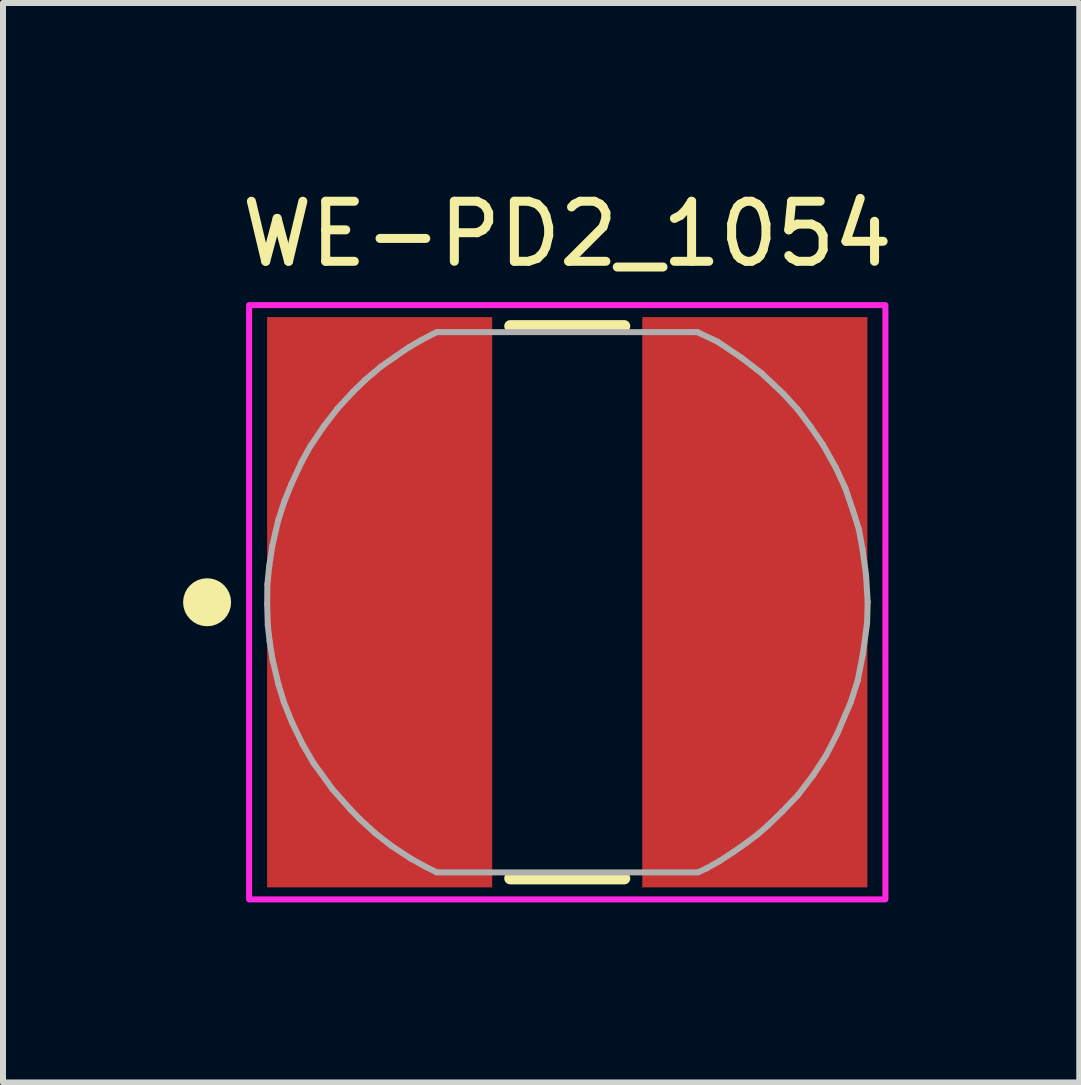
<source format=kicad_pcb>
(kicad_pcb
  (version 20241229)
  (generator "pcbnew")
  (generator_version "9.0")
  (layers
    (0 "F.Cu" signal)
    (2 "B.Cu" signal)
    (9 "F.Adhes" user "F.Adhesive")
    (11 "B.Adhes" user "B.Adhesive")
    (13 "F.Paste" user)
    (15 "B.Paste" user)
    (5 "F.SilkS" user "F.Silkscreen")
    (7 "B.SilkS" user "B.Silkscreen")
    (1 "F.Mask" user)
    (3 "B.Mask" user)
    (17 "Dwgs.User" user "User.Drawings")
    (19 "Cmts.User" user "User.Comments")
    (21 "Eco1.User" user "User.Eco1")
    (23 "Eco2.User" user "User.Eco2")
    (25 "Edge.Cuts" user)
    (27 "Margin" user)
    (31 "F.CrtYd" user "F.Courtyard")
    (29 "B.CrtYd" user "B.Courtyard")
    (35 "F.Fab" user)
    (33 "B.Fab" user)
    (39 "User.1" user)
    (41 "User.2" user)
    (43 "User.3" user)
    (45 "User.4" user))
  (footprint "WE-PD2_1054"
    (layer "F.Cu")
    (at 6.4 6.983)
    (property "Reference" "WE-PD2_1054" (at 0 -6.135 0) (layer "F.SilkS") (effects (font (size 1 1) (thickness 0.15))))
    (attr smd)
    (fp_line (start -0.95 -4.6) (end 0.95 -4.6) (stroke (width 0.2) (type solid)) (layer "F.SilkS"))
    (fp_line (start -0.95 4.6) (end 0.95 4.6) (stroke (width 0.2) (type solid)) (layer "F.SilkS"))
    (fp_circle (center -6 0) (end -5.8 0) (stroke (width 0.4) (type solid)) (fill no) (layer "F.SilkS"))
    (fp_poly (pts (xy -5.3 -4.95) (xy 5.3 -4.95) (xy 5.3 4.95) (xy -5.3 4.95)) (stroke (width 0.1) (type solid)) (fill no) (layer "F.CrtYd"))
    (fp_line (start -4.999 0.033) (end -4.989 0.379) (stroke (width 0.1) (type solid)) (layer "F.Fab"))
    (fp_line (start -4.996 -0.297) (end -4.999 0.033) (stroke (width 0.1) (type solid)) (layer "F.Fab"))
    (fp_line (start -4.989 0.379) (end -4.958 0.652) (stroke (width 0.1) (type solid)) (layer "F.Fab"))
    (fp_line (start -4.964 -0.608) (end -4.996 -0.297) (stroke (width 0.1) (type solid)) (layer "F.Fab"))
    (fp_line (start -4.958 0.652) (end -4.91 0.954) (stroke (width 0.1) (type solid)) (layer "F.Fab"))
    (fp_line (start -4.915 -0.931) (end -4.964 -0.608) (stroke (width 0.1) (type solid)) (layer "F.Fab"))
    (fp_line (start -4.91 0.954) (end -4.81 1.374) (stroke (width 0.1) (type solid)) (layer "F.Fab"))
    (fp_line (start -4.817 -1.358) (end -4.915 -0.931) (stroke (width 0.1) (type solid)) (layer "F.Fab"))
    (fp_line (start -4.81 1.374) (end -4.72 1.667) (stroke (width 0.1) (type solid)) (layer "F.Fab"))
    (fp_line (start -4.72 1.667) (end -4.586 2) (stroke (width 0.1) (type solid)) (layer "F.Fab"))
    (fp_line (start -4.715 -1.674) (end -4.817 -1.358) (stroke (width 0.1) (type solid)) (layer "F.Fab"))
    (fp_line (start -4.599 -1.962) (end -4.715 -1.674) (stroke (width 0.1) (type solid)) (layer "F.Fab"))
    (fp_line (start -4.586 2) (end -4.408 2.368) (stroke (width 0.1) (type solid)) (layer "F.Fab"))
    (fp_line (start -4.427 -2.334) (end -4.599 -1.962) (stroke (width 0.1) (type solid)) (layer "F.Fab"))
    (fp_line (start -4.408 2.368) (end -4.226 2.68) (stroke (width 0.1) (type solid)) (layer "F.Fab"))
    (fp_line (start -4.28 -2.599) (end -4.427 -2.334) (stroke (width 0.1) (type solid)) (layer "F.Fab"))
    (fp_line (start -4.226 2.68) (end -3.912 3.113) (stroke (width 0.1) (type solid)) (layer "F.Fab"))
    (fp_line (start -4.054 -2.933) (end -4.28 -2.599) (stroke (width 0.1) (type solid)) (layer "F.Fab"))
    (fp_line (start -3.912 3.113) (end -3.608 3.457) (stroke (width 0.1) (type solid)) (layer "F.Fab"))
    (fp_line (start -3.831 -3.223) (end -4.054 -2.933) (stroke (width 0.1) (type solid)) (layer "F.Fab"))
    (fp_line (start -3.608 3.457) (end -3.451 3.617) (stroke (width 0.1) (type solid)) (layer "F.Fab"))
    (fp_line (start -3.566 -3.51) (end -3.831 -3.223) (stroke (width 0.1) (type solid)) (layer "F.Fab"))
    (fp_line (start -3.451 3.617) (end -3.198 3.849) (stroke (width 0.1) (type solid)) (layer "F.Fab"))
    (fp_line (start -3.362 -3.707) (end -3.566 -3.51) (stroke (width 0.1) (type solid)) (layer "F.Fab"))
    (fp_line (start -3.198 3.849) (end -2.927 4.06) (stroke (width 0.1) (type solid)) (layer "F.Fab"))
    (fp_line (start -3.104 -3.926) (end -3.362 -3.707) (stroke (width 0.1) (type solid)) (layer "F.Fab"))
    (fp_line (start -2.927 4.06) (end -2.602 4.273) (stroke (width 0.1) (type solid)) (layer "F.Fab"))
    (fp_line (start -2.861 -4.095) (end -3.104 -3.926) (stroke (width 0.1) (type solid)) (layer "F.Fab"))
    (fp_line (start -2.64 -4.246) (end -2.861 -4.095) (stroke (width 0.1) (type solid)) (layer "F.Fab"))
    (fp_line (start -2.602 4.273) (end -2.363 4.405) (stroke (width 0.1) (type solid)) (layer "F.Fab"))
    (fp_line (start -2.429 -4.369) (end -2.64 -4.246) (stroke (width 0.1) (type solid)) (layer "F.Fab"))
    (fp_line (start -2.363 4.405) (end -2.178 4.497) (stroke (width 0.1) (type solid)) (layer "F.Fab"))
    (fp_line (start -2.228 -4.473) (end -2.429 -4.369) (stroke (width 0.1) (type solid)) (layer "F.Fab"))
    (fp_line (start -2.175 -4.499) (end -2.228 -4.473) (stroke (width 0.1) (type solid)) (layer "F.Fab"))
    (fp_line (start -2.17 -4.5) (end 2.17 -4.5) (stroke (width 0.1) (type solid)) (layer "F.Fab"))
    (fp_line (start 2.175 4.5) (end -2.175 4.5) (stroke (width 0.1) (type solid)) (layer "F.Fab"))
    (fp_line (start 2.18 4.499) (end 2.317 4.435) (stroke (width 0.1) (type solid)) (layer "F.Fab"))
    (fp_line (start 2.317 4.435) (end 2.534 4.314) (stroke (width 0.1) (type solid)) (layer "F.Fab"))
    (fp_line (start 2.505 -4.341) (end 2.172 -4.498) (stroke (width 0.1) (type solid)) (layer "F.Fab"))
    (fp_line (start 2.534 4.314) (end 2.769 4.16) (stroke (width 0.1) (type solid)) (layer "F.Fab"))
    (fp_line (start 2.769 4.16) (end 2.987 4.007) (stroke (width 0.1) (type solid)) (layer "F.Fab"))
    (fp_line (start 2.903 -4.073) (end 2.505 -4.341) (stroke (width 0.1) (type solid)) (layer "F.Fab"))
    (fp_line (start 2.987 4.007) (end 3.185 3.857) (stroke (width 0.1) (type solid)) (layer "F.Fab"))
    (fp_line (start 3.185 3.857) (end 3.351 3.711) (stroke (width 0.1) (type solid)) (layer "F.Fab"))
    (fp_line (start 3.237 -3.816) (end 2.903 -4.073) (stroke (width 0.1) (type solid)) (layer "F.Fab"))
    (fp_line (start 3.351 3.711) (end 3.581 3.487) (stroke (width 0.1) (type solid)) (layer "F.Fab"))
    (fp_line (start 3.581 3.487) (end 3.846 3.21) (stroke (width 0.1) (type solid)) (layer "F.Fab"))
    (fp_line (start 3.603 -3.471) (end 3.237 -3.816) (stroke (width 0.1) (type solid)) (layer "F.Fab"))
    (fp_line (start 3.84 -3.211) (end 3.603 -3.471) (stroke (width 0.1) (type solid)) (layer "F.Fab"))
    (fp_line (start 3.846 3.21) (end 4.096 2.882) (stroke (width 0.1) (type solid)) (layer "F.Fab"))
    (fp_line (start 4.054 -2.925) (end 3.84 -3.211) (stroke (width 0.1) (type solid)) (layer "F.Fab"))
    (fp_line (start 4.096 2.882) (end 4.314 2.548) (stroke (width 0.1) (type solid)) (layer "F.Fab"))
    (fp_line (start 4.26 -2.623) (end 4.054 -2.925) (stroke (width 0.1) (type solid)) (layer "F.Fab"))
    (fp_line (start 4.314 2.548) (end 4.498 2.19) (stroke (width 0.1) (type solid)) (layer "F.Fab"))
    (fp_line (start 4.469 -2.252) (end 4.26 -2.623) (stroke (width 0.1) (type solid)) (layer "F.Fab"))
    (fp_line (start 4.498 2.19) (end 4.723 1.666) (stroke (width 0.1) (type solid)) (layer "F.Fab"))
    (fp_line (start 4.634 -1.897) (end 4.469 -2.252) (stroke (width 0.1) (type solid)) (layer "F.Fab"))
    (fp_line (start 4.723 1.666) (end 4.84 1.298) (stroke (width 0.1) (type solid)) (layer "F.Fab"))
    (fp_line (start 4.761 -1.523) (end 4.634 -1.897) (stroke (width 0.1) (type solid)) (layer "F.Fab"))
    (fp_line (start 4.84 1.298) (end 4.926 0.855) (stroke (width 0.1) (type solid)) (layer "F.Fab"))
    (fp_line (start 4.857 -1.221) (end 4.761 -1.523) (stroke (width 0.1) (type solid)) (layer "F.Fab"))
    (fp_line (start 4.92 -0.878) (end 4.857 -1.221) (stroke (width 0.1) (type solid)) (layer "F.Fab"))
    (fp_line (start 4.926 0.855) (end 4.995 0.346) (stroke (width 0.1) (type solid)) (layer "F.Fab"))
    (fp_line (start 4.978 -0.45) (end 4.92 -0.878) (stroke (width 0.1) (type solid)) (layer "F.Fab"))
    (fp_line (start 4.995 0.346) (end 5.005 -0.002) (stroke (width 0.1) (type solid)) (layer "F.Fab"))
    (fp_line (start 5.005 -0.002) (end 4.978 -0.45) (stroke (width 0.1) (type solid)) (layer "F.Fab"))
    (pad "1" smd rect (at -3.125 0) (size 3.75 9.5) (layers "F.Cu" "F.Mask" "F.Paste"))
    (pad "2" smd rect (at 3.125 0) (size 3.75 9.5) (layers "F.Cu" "F.Mask" "F.Paste"))
    (zone (net_name "") (layer "F.Cu") (hatch full 0.508) (connect_pads) (min_thickness 0.1) (filled_areas_thickness no) (keepout (tracks not_allowed) (vias not_allowed) (pads not_allowed) (copperpour not_allowed) (footprints allowed)) (placement (enabled no)) (fill) (polygon (pts (xy 5.2 2.233) (xy 7.6 2.233) (xy 7.6 11.733) (xy 5.2 11.733))))
    (zone (net_name "") (layers "F.Cu" "B.Cu") (hatch full 0.508) (connect_pads) (min_thickness 0.1) (filled_areas_thickness no) (keepout (tracks allowed) (vias not_allowed) (pads allowed) (copperpour allowed) (footprints allowed)) (placement (enabled no)) (fill) (polygon (pts (xy 5.2 2.233) (xy 7.6 2.233) (xy 7.6 11.733) (xy 5.2 11.733)))))
  (gr_rect
    (start -3 -3)
    (end 14.93 14.983)
    (stroke (width 0.1) (type default))
    (fill no)
    (layer "Edge.Cuts")))
</source>
